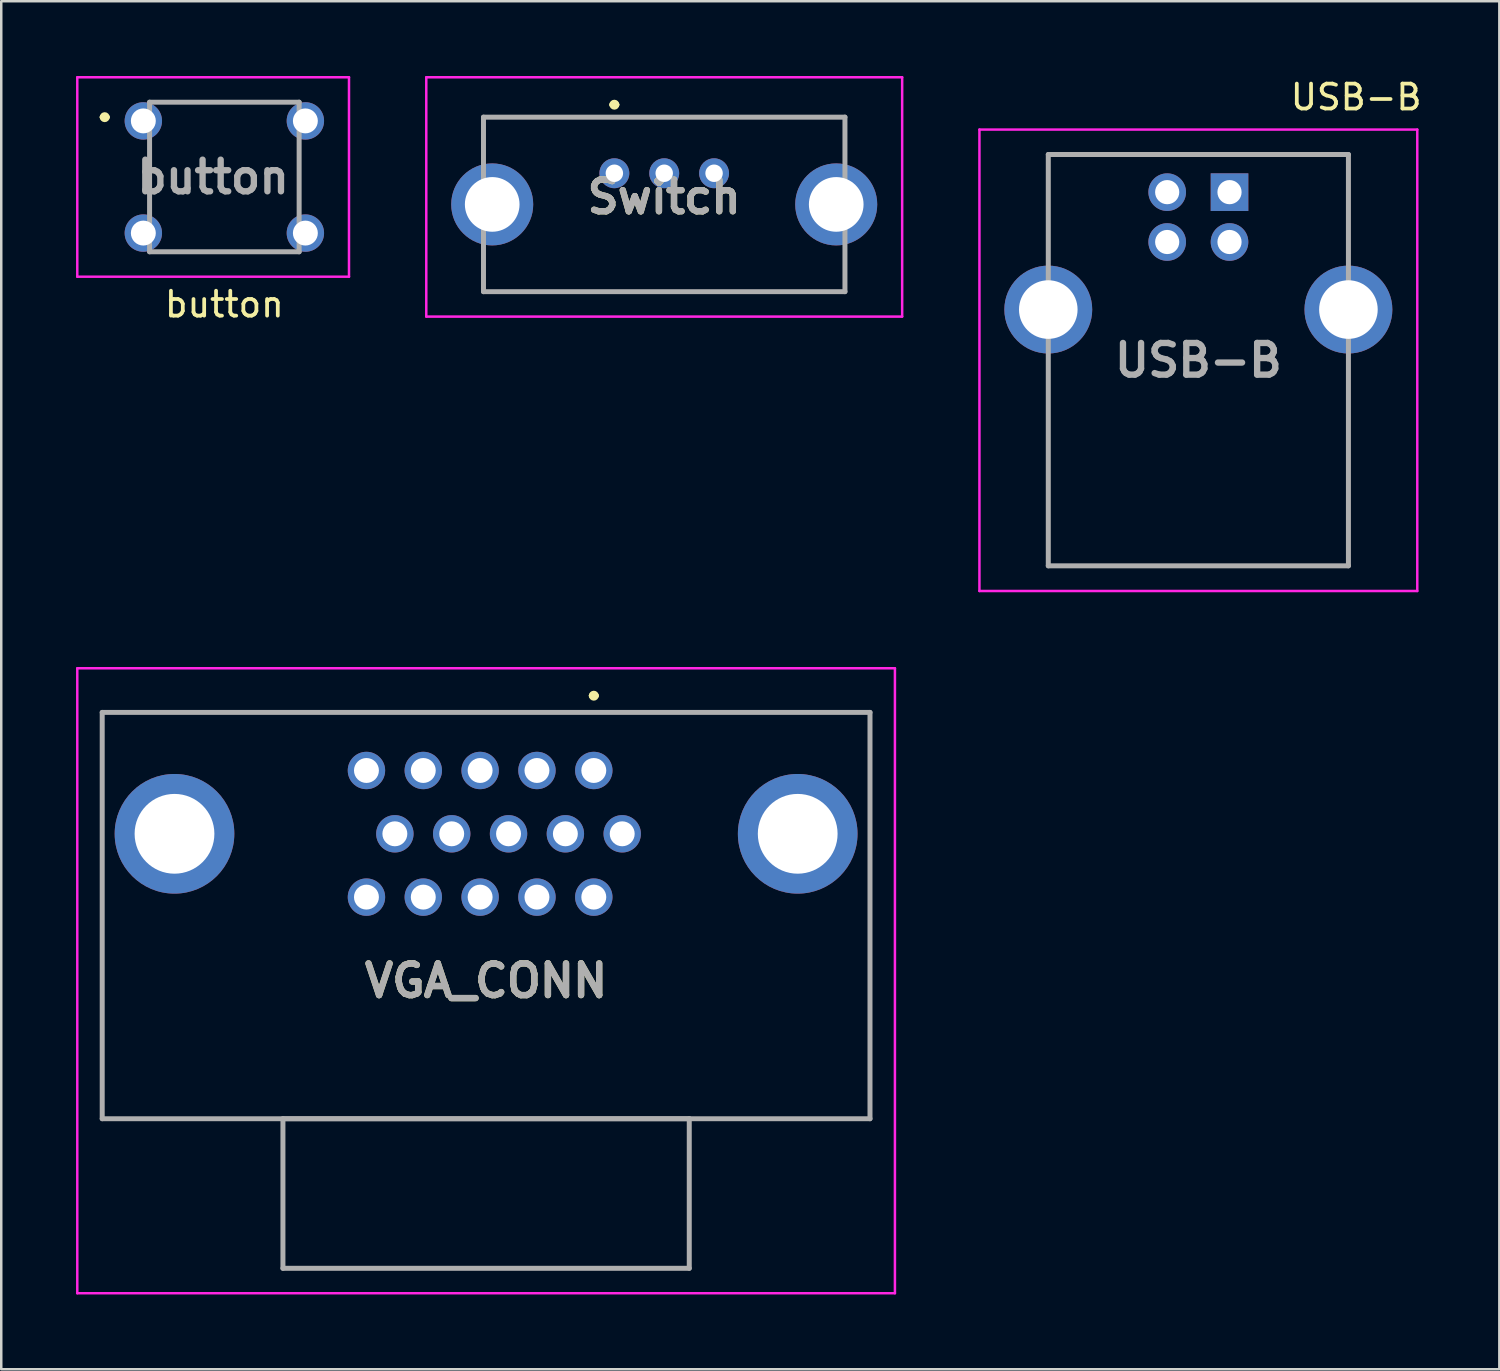
<source format=kicad_pcb>
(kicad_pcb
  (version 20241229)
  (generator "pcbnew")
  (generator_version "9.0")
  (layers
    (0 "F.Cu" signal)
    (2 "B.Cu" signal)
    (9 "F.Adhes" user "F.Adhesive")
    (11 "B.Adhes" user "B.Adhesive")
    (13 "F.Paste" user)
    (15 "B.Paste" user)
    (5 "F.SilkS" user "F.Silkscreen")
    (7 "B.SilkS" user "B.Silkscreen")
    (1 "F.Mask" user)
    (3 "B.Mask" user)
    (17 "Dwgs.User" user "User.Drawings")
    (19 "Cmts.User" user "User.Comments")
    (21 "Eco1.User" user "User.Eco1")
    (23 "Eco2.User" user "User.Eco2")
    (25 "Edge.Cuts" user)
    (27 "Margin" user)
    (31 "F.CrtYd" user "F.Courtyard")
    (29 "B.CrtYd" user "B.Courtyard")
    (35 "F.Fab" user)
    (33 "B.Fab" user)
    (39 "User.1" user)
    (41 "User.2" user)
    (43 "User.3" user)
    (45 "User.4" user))
  (footprint "button"
    (layer "F.Cu")
    (at 5.95 4.05)
    (property "Reference" "button" (at 0 5.107 0) (layer "F.SilkS") (effects (font (size 1 1) (thickness 0.15))))
    (attr through_hole)
    (fp_line (start -4.9 -2.4) (end -4.9 -2.4) (stroke (width 0.2) (type solid)) (layer "F.SilkS"))
    (fp_line (start -4.7 -2.4) (end -4.7 -2.4) (stroke (width 0.2) (type solid)) (layer "F.SilkS"))
    (fp_line (start -3 1.2) (end -3 -1.2) (stroke (width 0.1) (type solid)) (layer "F.SilkS"))
    (fp_line (start -2.5 3) (end 2.6 3) (stroke (width 0.1) (type solid)) (layer "F.SilkS"))
    (fp_line (start -2.4 -3) (end 2.4 -3) (stroke (width 0.1) (type solid)) (layer "F.SilkS"))
    (fp_line (start 3 1.3) (end 3 -1.3) (stroke (width 0.1) (type solid)) (layer "F.SilkS"))
    (fp_arc (start -4.9 -2.4) (mid -4.8 -2.5) (end -4.7 -2.4) (stroke (width 0.2) (type solid)) (layer "F.SilkS"))
    (fp_arc (start -4.7 -2.4) (mid -4.8 -2.3) (end -4.9 -2.4) (stroke (width 0.2) (type solid)) (layer "F.SilkS"))
    (fp_line (start -5.9 -4) (end 5 -4) (stroke (width 0.1) (type solid)) (layer "F.CrtYd"))
    (fp_line (start -5.9 4) (end -5.9 -4) (stroke (width 0.1) (type solid)) (layer "F.CrtYd"))
    (fp_line (start 5 -4) (end 5 4) (stroke (width 0.1) (type solid)) (layer "F.CrtYd"))
    (fp_line (start 5 4) (end -5.9 4) (stroke (width 0.1) (type solid)) (layer "F.CrtYd"))
    (fp_line (start -3 -3) (end 3 -3) (stroke (width 0.2) (type solid)) (layer "F.Fab"))
    (fp_line (start -3 3) (end -3 -3) (stroke (width 0.2) (type solid)) (layer "F.Fab"))
    (fp_line (start 3 -3) (end 3 3) (stroke (width 0.2) (type solid)) (layer "F.Fab"))
    (fp_line (start 3 3) (end -3 3) (stroke (width 0.2) (type solid)) (layer "F.Fab"))
    (fp_text user "${REFERENCE}" (at -0.45 0 0) (layer "F.Fab") (effects (font (size 1.27 1.27) (thickness 0.254))))
    (pad "1" thru_hole circle (at -3.25 -2.25) (size 1.5 1.5) (drill 1) (layers "*.Cu" "*.Mask"))
    (pad "2" thru_hole circle (at 3.25 -2.25) (size 1.5 1.5) (drill 1) (layers "*.Cu" "*.Mask"))
    (pad "3" thru_hole circle (at -3.25 2.25) (size 1.5 1.5) (drill 1) (layers "*.Cu" "*.Mask"))
    (pad "4" thru_hole circle (at 3.25 2.25) (size 1.5 1.5) (drill 1) (layers "*.Cu" "*.Mask")))
  (footprint "VGA_CONN"
    (layer "F.Cu")
    (at 20.77 27.858)
    (property "Reference" "VGA_CONN" (at -4.32 8.435 0) (layer "F.SilkS") (effects (font (size 1.27 1.27) (thickness 0.254))))
    (attr through_hole)
    (fp_line (start -19.72 -2.33) (end 11.08 -2.33) (stroke (width 0.1) (type solid)) (layer "F.SilkS"))
    (fp_line (start -19.72 13.97) (end -19.72 -2.33) (stroke (width 0.1) (type solid)) (layer "F.SilkS"))
    (fp_line (start -0.1 -3) (end -0.1 -3) (stroke (width 0.2) (type solid)) (layer "F.SilkS"))
    (fp_line (start 0.1 -3) (end 0.1 -3) (stroke (width 0.2) (type solid)) (layer "F.SilkS"))
    (fp_line (start 11.08 -2.33) (end 11.08 13.97) (stroke (width 0.1) (type solid)) (layer "F.SilkS"))
    (fp_line (start 11.08 13.97) (end -19.72 13.97) (stroke (width 0.1) (type solid)) (layer "F.SilkS"))
    (fp_arc (start -0.1 -3) (mid 0 -3.1) (end 0.1 -3) (stroke (width 0.2) (type solid)) (layer "F.SilkS"))
    (fp_arc (start 0.1 -3) (mid 0 -2.9) (end -0.1 -3) (stroke (width 0.2) (type solid)) (layer "F.SilkS"))
    (fp_line (start -20.72 -4.1) (end 12.08 -4.1) (stroke (width 0.1) (type solid)) (layer "F.CrtYd"))
    (fp_line (start -20.72 20.97) (end -20.72 -4.1) (stroke (width 0.1) (type solid)) (layer "F.CrtYd"))
    (fp_line (start 12.08 -4.1) (end 12.08 20.97) (stroke (width 0.1) (type solid)) (layer "F.CrtYd"))
    (fp_line (start 12.08 20.97) (end -20.72 20.97) (stroke (width 0.1) (type solid)) (layer "F.CrtYd"))
    (fp_line (start -19.72 -2.33) (end 11.08 -2.33) (stroke (width 0.2) (type solid)) (layer "F.Fab"))
    (fp_line (start -19.72 13.97) (end -19.72 -2.33) (stroke (width 0.2) (type solid)) (layer "F.Fab"))
    (fp_line (start -12.47 13.97) (end 3.83 13.97) (stroke (width 0.2) (type solid)) (layer "F.Fab"))
    (fp_line (start -12.47 19.97) (end -12.47 13.97) (stroke (width 0.2) (type solid)) (layer "F.Fab"))
    (fp_line (start 3.83 13.97) (end 3.83 19.97) (stroke (width 0.2) (type solid)) (layer "F.Fab"))
    (fp_line (start 3.83 19.97) (end -12.47 19.97) (stroke (width 0.2) (type solid)) (layer "F.Fab"))
    (fp_line (start 11.08 -2.33) (end 11.08 13.97) (stroke (width 0.2) (type solid)) (layer "F.Fab"))
    (fp_line (start 11.08 13.97) (end -19.72 13.97) (stroke (width 0.2) (type solid)) (layer "F.Fab"))
    (fp_text user "${REFERENCE}" (at -4.32 8.435 0) (layer "F.Fab") (effects (font (size 1.27 1.27) (thickness 0.254))))
    (pad "1" thru_hole circle (at 0 0) (size 1.5 1.5) (drill 1) (layers "*.Cu" "*.Mask"))
    (pad "2" thru_hole circle (at -2.28 0) (size 1.5 1.5) (drill 1) (layers "*.Cu" "*.Mask"))
    (pad "3" thru_hole circle (at -4.56 0) (size 1.5 1.5) (drill 1) (layers "*.Cu" "*.Mask"))
    (pad "4" thru_hole circle (at -6.84 0) (size 1.5 1.5) (drill 1) (layers "*.Cu" "*.Mask"))
    (pad "5" thru_hole circle (at -9.12 0) (size 1.5 1.5) (drill 1) (layers "*.Cu" "*.Mask"))
    (pad "6" thru_hole circle (at 1.14 2.54) (size 1.5 1.5) (drill 1) (layers "*.Cu" "*.Mask"))
    (pad "7" thru_hole circle (at -1.14 2.54) (size 1.5 1.5) (drill 1) (layers "*.Cu" "*.Mask"))
    (pad "8" thru_hole circle (at -3.42 2.54) (size 1.5 1.5) (drill 1) (layers "*.Cu" "*.Mask"))
    (pad "9" thru_hole circle (at -5.7 2.54) (size 1.5 1.5) (drill 1) (layers "*.Cu" "*.Mask"))
    (pad "10" thru_hole circle (at -7.98 2.54) (size 1.5 1.5) (drill 1) (layers "*.Cu" "*.Mask"))
    (pad "11" thru_hole circle (at 0 5.08) (size 1.5 1.5) (drill 1) (layers "*.Cu" "*.Mask"))
    (pad "12" thru_hole circle (at -2.28 5.08) (size 1.5 1.5) (drill 1) (layers "*.Cu" "*.Mask"))
    (pad "13" thru_hole circle (at -4.56 5.08) (size 1.5 1.5) (drill 1) (layers "*.Cu" "*.Mask"))
    (pad "14" thru_hole circle (at -6.84 5.08) (size 1.5 1.5) (drill 1) (layers "*.Cu" "*.Mask"))
    (pad "15" thru_hole circle (at -9.12 5.08) (size 1.5 1.5) (drill 1) (layers "*.Cu" "*.Mask"))
    (pad "MH1" thru_hole circle (at 8.18 2.54) (size 4.8 4.8) (drill 3.2) (layers "*.Cu" "*.Mask"))
    (pad "MH2" thru_hole circle (at -16.82 2.54) (size 4.8 4.8) (drill 3.2) (layers "*.Cu" "*.Mask")))
  (footprint "USB-B"
    (layer "F.Cu")
    (at 46.272 4.658)
    (property "Reference" "USB-B" (at 5.08 -3.81 180) (layer "F.SilkS") (effects (font (size 1 1) (thickness 0.15))))
    (attr through_hole)
    (fp_line (start -7.27 -1.5) (end -7.25 -1.5) (stroke (width 0.1) (type solid)) (layer "F.SilkS"))
    (fp_line (start -7.27 2.25) (end -7.27 -1.5) (stroke (width 0.1) (type solid)) (layer "F.SilkS"))
    (fp_line (start -7.27 7.25) (end -7.27 14.99) (stroke (width 0.1) (type solid)) (layer "F.SilkS"))
    (fp_line (start -7.27 14.99) (end -7.25 14.99) (stroke (width 0.1) (type solid)) (layer "F.SilkS"))
    (fp_line (start -7.27 14.99) (end 4.77 14.99) (stroke (width 0.1) (type solid)) (layer "F.SilkS"))
    (fp_line (start -7.27 15) (end -7.27 14.99) (stroke (width 0.1) (type solid)) (layer "F.SilkS"))
    (fp_line (start -7.25 -1.51) (end 4.77 -1.51) (stroke (width 0.1) (type solid)) (layer "F.SilkS"))
    (fp_line (start -7.25 -1.5) (end -7.25 -1.51) (stroke (width 0.1) (type solid)) (layer "F.SilkS"))
    (fp_line (start -7.25 -1.5) (end -7.25 2.25) (stroke (width 0.1) (type solid)) (layer "F.SilkS"))
    (fp_line (start -7.25 2.25) (end -7.27 2.25) (stroke (width 0.1) (type solid)) (layer "F.SilkS"))
    (fp_line (start -7.25 7.25) (end -7.27 7.25) (stroke (width 0.1) (type solid)) (layer "F.SilkS"))
    (fp_line (start -7.25 14.99) (end -7.25 7.25) (stroke (width 0.1) (type solid)) (layer "F.SilkS"))
    (fp_line (start 4.75 7) (end 4.75 14.99) (stroke (width 0.1) (type solid)) (layer "F.SilkS"))
    (fp_line (start 4.75 14.99) (end 4.77 14.99) (stroke (width 0.1) (type solid)) (layer "F.SilkS"))
    (fp_line (start 4.77 -1.51) (end 4.77 -1.5) (stroke (width 0.1) (type solid)) (layer "F.SilkS"))
    (fp_line (start 4.77 -1.5) (end -7.25 -1.5) (stroke (width 0.1) (type solid)) (layer "F.SilkS"))
    (fp_line (start 4.77 -1.5) (end 4.77 -1.5) (stroke (width 0.1) (type solid)) (layer "F.SilkS"))
    (fp_line (start 4.77 -1.5) (end 4.77 2.25) (stroke (width 0.1) (type solid)) (layer "F.SilkS"))
    (fp_line (start 4.77 2.25) (end 4.77 -1.5) (stroke (width 0.1) (type solid)) (layer "F.SilkS"))
    (fp_line (start 4.77 2.25) (end 4.77 2.25) (stroke (width 0.1) (type solid)) (layer "F.SilkS"))
    (fp_line (start 4.77 7) (end 4.75 7) (stroke (width 0.1) (type solid)) (layer "F.SilkS"))
    (fp_line (start 4.77 14.99) (end 4.77 7) (stroke (width 0.1) (type solid)) (layer "F.SilkS"))
    (fp_line (start 4.77 14.99) (end 4.77 15) (stroke (width 0.1) (type solid)) (layer "F.SilkS"))
    (fp_line (start 4.77 15) (end -7.27 15) (stroke (width 0.1) (type solid)) (layer "F.SilkS"))
    (fp_line (start -10.032 -2.51) (end 7.532 -2.51) (stroke (width 0.1) (type solid)) (layer "F.CrtYd"))
    (fp_line (start -10.032 16) (end -10.032 -2.51) (stroke (width 0.1) (type solid)) (layer "F.CrtYd"))
    (fp_line (start 7.532 -2.51) (end 7.532 16) (stroke (width 0.1) (type solid)) (layer "F.CrtYd"))
    (fp_line (start 7.532 16) (end -10.032 16) (stroke (width 0.1) (type solid)) (layer "F.CrtYd"))
    (fp_line (start -7.27 -1.51) (end 4.77 -1.51) (stroke (width 0.2) (type solid)) (layer "F.Fab"))
    (fp_line (start -7.27 14.99) (end -7.27 -1.51) (stroke (width 0.2) (type solid)) (layer "F.Fab"))
    (fp_line (start 4.77 -1.51) (end 4.77 14.99) (stroke (width 0.2) (type solid)) (layer "F.Fab"))
    (fp_line (start 4.77 14.99) (end -7.27 14.99) (stroke (width 0.2) (type solid)) (layer "F.Fab"))
    (fp_text user "${REFERENCE}" (at -1.25 6.745 180) (layer "F.Fab") (effects (font (size 1.27 1.27) (thickness 0.254))))
    (pad "1" thru_hole rect (at 0 0) (size 1.509 1.509) (drill 0.97) (layers "*.Cu" "*.Mask"))
    (pad "2" thru_hole circle (at -2.5 0) (size 1.509 1.509) (drill 0.97) (layers "*.Cu" "*.Mask"))
    (pad "3" thru_hole circle (at -2.5 2) (size 1.509 1.509) (drill 0.97) (layers "*.Cu" "*.Mask"))
    (pad "4" thru_hole circle (at 0 2) (size 1.509 1.509) (drill 0.97) (layers "*.Cu" "*.Mask"))
    (pad "MH1" thru_hole circle (at -7.27 4.71) (size 3.525 3.525) (drill 2.35) (layers "*.Cu" "*.Mask"))
    (pad "MH2" thru_hole circle (at 4.77 4.71) (size 3.525 3.525) (drill 2.35) (layers "*.Cu" "*.Mask")))
  (footprint "Switch"
    (layer "F.Cu")
    (at 23.595 4.85)
    (property "Reference" "Switch" (at 0 0 0) (layer "F.SilkS") (effects (font (size 1.27 1.27) (thickness 0.254))))
    (attr through_hole)
    (fp_line (start -7.25 -3.2) (end 7.25 -3.2) (stroke (width 0.1) (type solid)) (layer "F.SilkS"))
    (fp_line (start -7.25 -1.7) (end -7.25 -3.2) (stroke (width 0.1) (type solid)) (layer "F.SilkS"))
    (fp_line (start -7.25 2.3) (end -7.25 3.8) (stroke (width 0.1) (type solid)) (layer "F.SilkS"))
    (fp_line (start -7.25 3.8) (end 7.25 3.8) (stroke (width 0.1) (type solid)) (layer "F.SilkS"))
    (fp_line (start -2.1 -3.7) (end -2.1 -3.7) (stroke (width 0.2) (type solid)) (layer "F.SilkS"))
    (fp_line (start -1.9 -3.7) (end -1.9 -3.7) (stroke (width 0.2) (type solid)) (layer "F.SilkS"))
    (fp_line (start 7.25 -3.2) (end 7.25 -1.7) (stroke (width 0.1) (type solid)) (layer "F.SilkS"))
    (fp_line (start 7.25 3.8) (end 7.25 2.3) (stroke (width 0.1) (type solid)) (layer "F.SilkS"))
    (fp_arc (start -2.1 -3.7) (mid -2 -3.8) (end -1.9 -3.7) (stroke (width 0.2) (type solid)) (layer "F.SilkS"))
    (fp_arc (start -1.9 -3.7) (mid -2 -3.6) (end -2.1 -3.7) (stroke (width 0.2) (type solid)) (layer "F.SilkS"))
    (fp_line (start -9.545 -4.8) (end 9.545 -4.8) (stroke (width 0.1) (type solid)) (layer "F.CrtYd"))
    (fp_line (start -9.545 4.8) (end -9.545 -4.8) (stroke (width 0.1) (type solid)) (layer "F.CrtYd"))
    (fp_line (start 9.545 -4.8) (end 9.545 4.8) (stroke (width 0.1) (type solid)) (layer "F.CrtYd"))
    (fp_line (start 9.545 4.8) (end -9.545 4.8) (stroke (width 0.1) (type solid)) (layer "F.CrtYd"))
    (fp_line (start -7.25 -3.2) (end 7.25 -3.2) (stroke (width 0.2) (type solid)) (layer "F.Fab"))
    (fp_line (start -7.25 3.8) (end -7.25 -3.2) (stroke (width 0.2) (type solid)) (layer "F.Fab"))
    (fp_line (start 7.25 -3.2) (end 7.25 3.8) (stroke (width 0.2) (type solid)) (layer "F.Fab"))
    (fp_line (start 7.25 3.8) (end -7.25 3.8) (stroke (width 0.2) (type solid)) (layer "F.Fab"))
    (fp_text user "${REFERENCE}" (at 0 0 0) (layer "F.Fab") (effects (font (size 1.27 1.27) (thickness 0.254))))
    (pad "1" thru_hole circle (at -2 -0.95) (size 1.2 1.2) (drill 0.7) (layers "*.Cu" "*.Mask"))
    (pad "2" thru_hole circle (at 0 -0.95) (size 1.2 1.2) (drill 0.7) (layers "*.Cu" "*.Mask"))
    (pad "3" thru_hole circle (at 2 -0.95) (size 1.2 1.2) (drill 0.7) (layers "*.Cu" "*.Mask"))
    (pad "4" thru_hole circle (at -6.9 0.3) (size 3.29 3.29) (drill 2.193) (layers "*.Cu" "*.Mask"))
    (pad "5" thru_hole circle (at 6.9 0.3) (size 3.29 3.29) (drill 2.193) (layers "*.Cu" "*.Mask")))
  (gr_rect
    (start -3 -3)
    (end 57.096 51.878)
    (stroke (width 0.1) (type default))
    (fill no)
    (layer "Edge.Cuts")))
</source>
